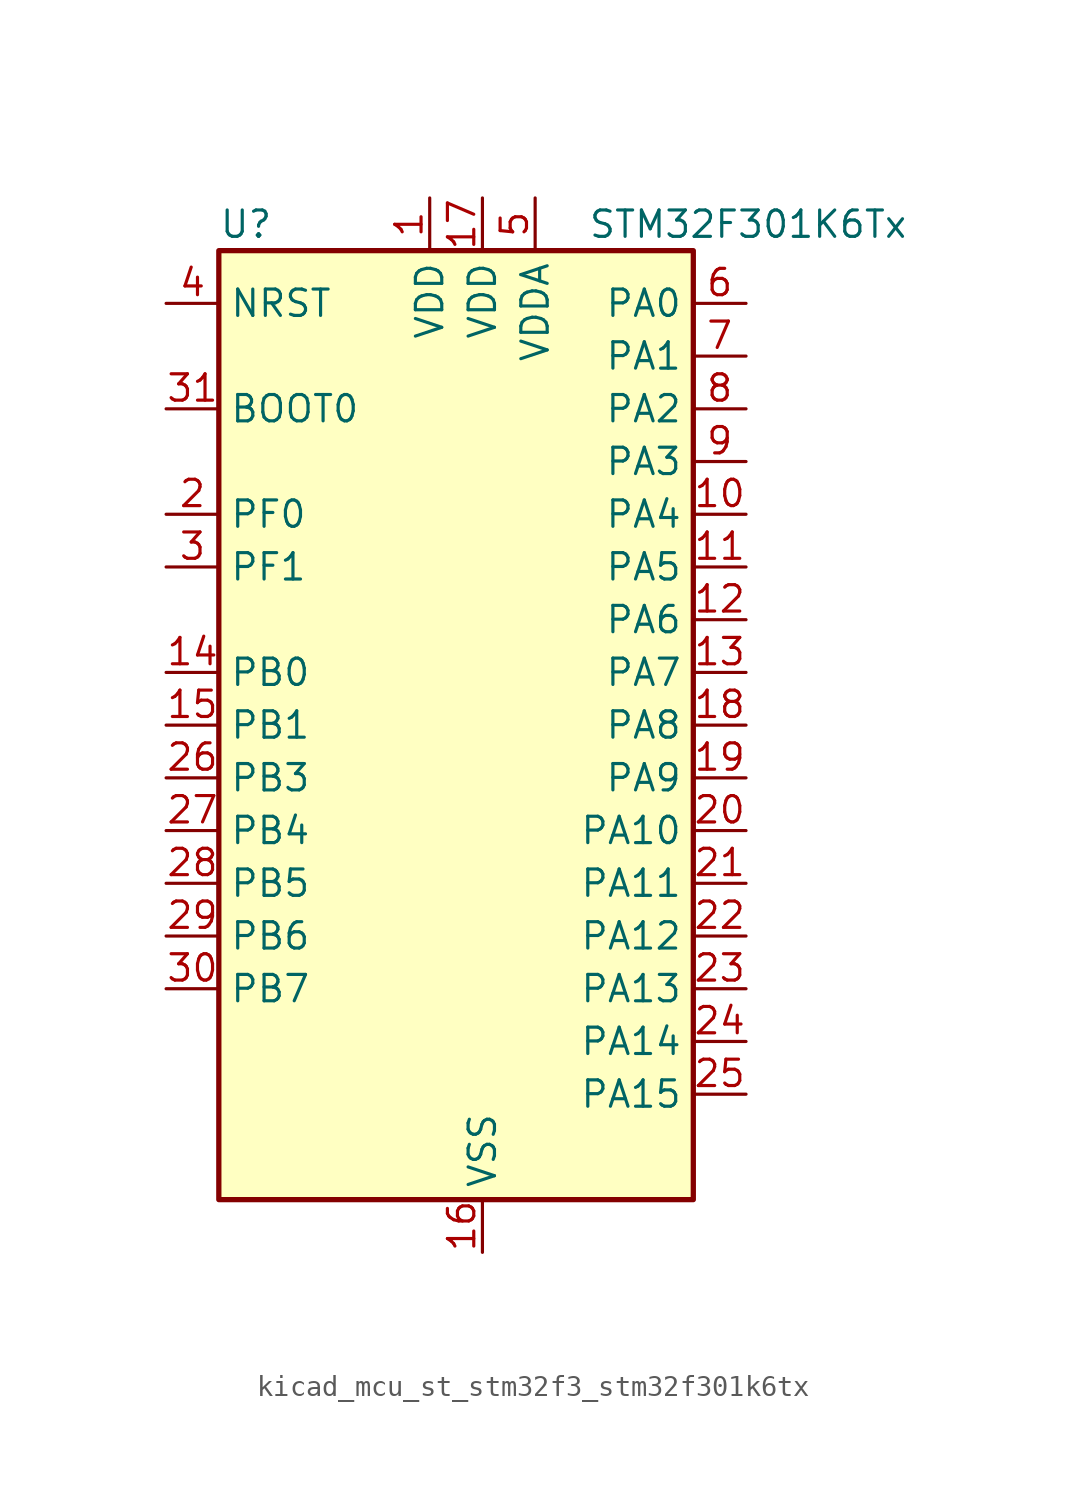
<source format=kicad_sym>
(kicad_symbol_lib
  (version 20220914)
  (generator kicad_symbol_editor)
  (symbol "kicad_mcu_st_stm32f3_stm32f301k6tx"
    (property "Reference" "U"
      (at -10.16 24.13 0)
      (effects (font (size 1.27 1.27)) (justify left)))
    (property "Value" "STM32F301K6Tx"
      (at 7.62 24.13 0)
      (effects (font (size 1.27 1.27)) (justify left)))
    (property "ki_locked" ""
      (at 0 0 0)
      (effects (font (size 1.27 1.27))))
    (symbol "kicad_mcu_st_stm32f3_stm32f301k6tx_0_1"
      (rectangle (start -10.16 -22.86) (end 12.7 22.86) (stroke (width 0.254) (type default)) (fill (type background))))
    (symbol "kicad_mcu_st_stm32f3_stm32f301k6tx_1_1"
      (pin power_in line (at 0 25.4 270) (length 2.54) (name "VDD" (effects (font (size 1.27 1.27)))) (number "1" (effects (font (size 1.27 1.27)))))
      (pin bidirectional line (at 15.24 10.16 180) (length 2.54) (name "PA4" (effects (font (size 1.27 1.27)))) (number "10" (effects (font (size 1.27 1.27)))) (alternate "ADC1_IN5" bidirectional line) (alternate "COMP2_INM" bidirectional line) (alternate "COMP4_INM" bidirectional line) (alternate "DAC_OUT1" bidirectional line) (alternate "I2S3_WS" bidirectional line) (alternate "SPI3_NSS" bidirectional line) (alternate "TSC_G2_IO1" bidirectional line) (alternate "USART2_CK" bidirectional line))
      (pin bidirectional line (at 15.24 7.62 180) (length 2.54) (name "PA5" (effects (font (size 1.27 1.27)))) (number "11" (effects (font (size 1.27 1.27)))) (alternate "OPAMP2_VINM" bidirectional line) (alternate "OPAMP2_VINM_SEC" bidirectional line) (alternate "TIM2_CH1" bidirectional line) (alternate "TIM2_ETR" bidirectional line) (alternate "TSC_G2_IO2" bidirectional line))
      (pin bidirectional line (at 15.24 5.08 180) (length 2.54) (name "PA6" (effects (font (size 1.27 1.27)))) (number "12" (effects (font (size 1.27 1.27)))) (alternate "ADC1_IN10" bidirectional line) (alternate "OPAMP2_VOUT" bidirectional line) (alternate "TIM16_CH1" bidirectional line) (alternate "TIM1_BKIN" bidirectional line) (alternate "TSC_G2_IO3" bidirectional line))
      (pin bidirectional line (at 15.24 2.54 180) (length 2.54) (name "PA7" (effects (font (size 1.27 1.27)))) (number "13" (effects (font (size 1.27 1.27)))) (alternate "ADC1_IN15" bidirectional line) (alternate "COMP2_INP" bidirectional line) (alternate "OPAMP2_VINP" bidirectional line) (alternate "OPAMP2_VINP_SEC" bidirectional line) (alternate "TIM17_CH1" bidirectional line) (alternate "TIM1_CH1N" bidirectional line) (alternate "TSC_G2_IO4" bidirectional line))
      (pin bidirectional line (at -12.7 2.54 0) (length 2.54) (name "PB0" (effects (font (size 1.27 1.27)))) (number "14" (effects (font (size 1.27 1.27)))) (alternate "ADC1_IN11" bidirectional line) (alternate "COMP4_INP" bidirectional line) (alternate "OPAMP2_VINP" bidirectional line) (alternate "OPAMP2_VINP_SEC" bidirectional line) (alternate "TIM1_CH2N" bidirectional line) (alternate "TSC_G3_IO2" bidirectional line))
      (pin bidirectional line (at -12.7 0 0) (length 2.54) (name "PB1" (effects (font (size 1.27 1.27)))) (number "15" (effects (font (size 1.27 1.27)))) (alternate "ADC1_IN12" bidirectional line) (alternate "COMP4_OUT" bidirectional line) (alternate "TIM1_CH3N" bidirectional line) (alternate "TSC_G3_IO3" bidirectional line))
      (pin power_in line (at 2.54 -25.4 90) (length 2.54) (name "VSS" (effects (font (size 1.27 1.27)))) (number "16" (effects (font (size 1.27 1.27)))))
      (pin power_in line (at 2.54 25.4 270) (length 2.54) (name "VDD" (effects (font (size 1.27 1.27)))) (number "17" (effects (font (size 1.27 1.27)))))
      (pin bidirectional line (at 15.24 0 180) (length 2.54) (name "PA8" (effects (font (size 1.27 1.27)))) (number "18" (effects (font (size 1.27 1.27)))) (alternate "I2C2_SMBA" bidirectional line) (alternate "I2C3_SCL" bidirectional line) (alternate "I2S2_MCK" bidirectional line) (alternate "RCC_MCO" bidirectional line) (alternate "TIM1_CH1" bidirectional line) (alternate "USART1_CK" bidirectional line))
      (pin bidirectional line (at 15.24 -2.54 180) (length 2.54) (name "PA9" (effects (font (size 1.27 1.27)))) (number "19" (effects (font (size 1.27 1.27)))) (alternate "DAC_EXTI9" bidirectional line) (alternate "I2C2_SCL" bidirectional line) (alternate "I2C3_SMBA" bidirectional line) (alternate "I2S3_MCK" bidirectional line) (alternate "TIM15_BKIN" bidirectional line) (alternate "TIM1_CH2" bidirectional line) (alternate "TIM2_CH3" bidirectional line) (alternate "TSC_G4_IO1" bidirectional line) (alternate "USART1_TX" bidirectional line))
      (pin bidirectional line (at -12.7 10.16 0) (length 2.54) (name "PF0" (effects (font (size 1.27 1.27)))) (number "2" (effects (font (size 1.27 1.27)))) (alternate "I2C2_SDA" bidirectional line) (alternate "I2S2_WS" bidirectional line) (alternate "RCC_OSC_IN" bidirectional line) (alternate "SPI2_NSS" bidirectional line) (alternate "TIM1_CH3N" bidirectional line))
      (pin bidirectional line (at 15.24 -5.08 180) (length 2.54) (name "PA10" (effects (font (size 1.27 1.27)))) (number "20" (effects (font (size 1.27 1.27)))) (alternate "I2C2_SDA" bidirectional line) (alternate "I2S2_ext_SD" bidirectional line) (alternate "SPI2_MISO" bidirectional line) (alternate "TIM17_BKIN" bidirectional line) (alternate "TIM1_CH3" bidirectional line) (alternate "TIM2_CH4" bidirectional line) (alternate "TSC_G4_IO2" bidirectional line) (alternate "USART1_RX" bidirectional line))
      (pin bidirectional line (at 15.24 -7.62 180) (length 2.54) (name "PA11" (effects (font (size 1.27 1.27)))) (number "21" (effects (font (size 1.27 1.27)))) (alternate "ADC1_EXTI11" bidirectional line) (alternate "I2S2_SD" bidirectional line) (alternate "SPI2_MOSI" bidirectional line) (alternate "TIM1_BKIN2" bidirectional line) (alternate "TIM1_CH1N" bidirectional line) (alternate "TIM1_CH4" bidirectional line) (alternate "USART1_CTS" bidirectional line))
      (pin bidirectional line (at 15.24 -10.16 180) (length 2.54) (name "PA12" (effects (font (size 1.27 1.27)))) (number "22" (effects (font (size 1.27 1.27)))) (alternate "COMP2_OUT" bidirectional line) (alternate "I2S_CKIN" bidirectional line) (alternate "TIM16_CH1" bidirectional line) (alternate "TIM1_CH2N" bidirectional line) (alternate "TIM1_ETR" bidirectional line) (alternate "USART1_DE" bidirectional line) (alternate "USART1_RTS" bidirectional line))
      (pin bidirectional line (at 15.24 -12.7 180) (length 2.54) (name "PA13" (effects (font (size 1.27 1.27)))) (number "23" (effects (font (size 1.27 1.27)))) (alternate "IR_OUT" bidirectional line) (alternate "SYS_JTMS-SWDIO" bidirectional line) (alternate "TIM16_CH1N" bidirectional line) (alternate "TSC_G4_IO3" bidirectional line))
      (pin bidirectional line (at 15.24 -15.24 180) (length 2.54) (name "PA14" (effects (font (size 1.27 1.27)))) (number "24" (effects (font (size 1.27 1.27)))) (alternate "I2C1_SDA" bidirectional line) (alternate "SYS_JTCK-SWCLK" bidirectional line) (alternate "TIM1_BKIN" bidirectional line) (alternate "TSC_G4_IO4" bidirectional line) (alternate "USART2_TX" bidirectional line))
      (pin bidirectional line (at 15.24 -17.78 180) (length 2.54) (name "PA15" (effects (font (size 1.27 1.27)))) (number "25" (effects (font (size 1.27 1.27)))) (alternate "ADC1_EXTI15" bidirectional line) (alternate "I2C1_SCL" bidirectional line) (alternate "I2S3_WS" bidirectional line) (alternate "SPI3_NSS" bidirectional line) (alternate "SYS_JTDI" bidirectional line) (alternate "TIM1_BKIN" bidirectional line) (alternate "TIM2_CH1" bidirectional line) (alternate "TIM2_ETR" bidirectional line) (alternate "TSC_SYNC" bidirectional line) (alternate "USART2_RX" bidirectional line))
      (pin bidirectional line (at -12.7 -2.54 0) (length 2.54) (name "PB3" (effects (font (size 1.27 1.27)))) (number "26" (effects (font (size 1.27 1.27)))) (alternate "I2S3_CK" bidirectional line) (alternate "SPI3_SCK" bidirectional line) (alternate "SYS_JTDO-TRACESWO" bidirectional line) (alternate "TIM2_CH2" bidirectional line) (alternate "TSC_G5_IO1" bidirectional line) (alternate "USART2_TX" bidirectional line))
      (pin bidirectional line (at -12.7 -5.08 0) (length 2.54) (name "PB4" (effects (font (size 1.27 1.27)))) (number "27" (effects (font (size 1.27 1.27)))) (alternate "I2S3_ext_SD" bidirectional line) (alternate "SPI3_MISO" bidirectional line) (alternate "SYS_NJTRST" bidirectional line) (alternate "TIM16_CH1" bidirectional line) (alternate "TIM17_BKIN" bidirectional line) (alternate "TSC_G5_IO2" bidirectional line) (alternate "USART2_RX" bidirectional line))
      (pin bidirectional line (at -12.7 -7.62 0) (length 2.54) (name "PB5" (effects (font (size 1.27 1.27)))) (number "28" (effects (font (size 1.27 1.27)))) (alternate "I2C1_SMBA" bidirectional line) (alternate "I2C3_SDA" bidirectional line) (alternate "I2S3_SD" bidirectional line) (alternate "SPI3_MOSI" bidirectional line) (alternate "TIM16_BKIN" bidirectional line) (alternate "TIM17_CH1" bidirectional line) (alternate "USART2_CK" bidirectional line))
      (pin bidirectional line (at -12.7 -10.16 0) (length 2.54) (name "PB6" (effects (font (size 1.27 1.27)))) (number "29" (effects (font (size 1.27 1.27)))) (alternate "I2C1_SCL" bidirectional line) (alternate "TIM16_CH1N" bidirectional line) (alternate "TSC_G5_IO3" bidirectional line) (alternate "USART1_TX" bidirectional line))
      (pin bidirectional line (at -12.7 7.62 0) (length 2.54) (name "PF1" (effects (font (size 1.27 1.27)))) (number "3" (effects (font (size 1.27 1.27)))) (alternate "I2C2_SCL" bidirectional line) (alternate "I2S2_CK" bidirectional line) (alternate "RCC_OSC_OUT" bidirectional line) (alternate "SPI2_SCK" bidirectional line))
      (pin bidirectional line (at -12.7 -12.7 0) (length 2.54) (name "PB7" (effects (font (size 1.27 1.27)))) (number "30" (effects (font (size 1.27 1.27)))) (alternate "I2C1_SDA" bidirectional line) (alternate "TIM17_CH1N" bidirectional line) (alternate "TSC_G5_IO4" bidirectional line) (alternate "USART1_RX" bidirectional line))
      (pin input line (at -12.7 15.24 0) (length 2.54) (name "BOOT0" (effects (font (size 1.27 1.27)))) (number "31" (effects (font (size 1.27 1.27)))))
      (pin passive line (at 2.54 -25.4 90) (length 2.54) hide (name "VSS" (effects (font (size 1.27 1.27)))) (number "32" (effects (font (size 1.27 1.27)))))
      (pin input line (at -12.7 20.32 0) (length 2.54) (name "NRST" (effects (font (size 1.27 1.27)))) (number "4" (effects (font (size 1.27 1.27)))))
      (pin power_in line (at 5.08 25.4 270) (length 2.54) (name "VDDA" (effects (font (size 1.27 1.27)))) (number "5" (effects (font (size 1.27 1.27)))))
      (pin bidirectional line (at 15.24 20.32 180) (length 2.54) (name "PA0" (effects (font (size 1.27 1.27)))) (number "6" (effects (font (size 1.27 1.27)))) (alternate "ADC1_IN1" bidirectional line) (alternate "RTC_TAMP2" bidirectional line) (alternate "SYS_WKUP1" bidirectional line) (alternate "TIM2_CH1" bidirectional line) (alternate "TIM2_ETR" bidirectional line) (alternate "TSC_G1_IO1" bidirectional line) (alternate "USART2_CTS" bidirectional line))
      (pin bidirectional line (at 15.24 17.78 180) (length 2.54) (name "PA1" (effects (font (size 1.27 1.27)))) (number "7" (effects (font (size 1.27 1.27)))) (alternate "ADC1_IN2" bidirectional line) (alternate "RTC_REFIN" bidirectional line) (alternate "TIM15_CH1N" bidirectional line) (alternate "TIM2_CH2" bidirectional line) (alternate "TSC_G1_IO2" bidirectional line) (alternate "USART2_DE" bidirectional line) (alternate "USART2_RTS" bidirectional line))
      (pin bidirectional line (at 15.24 15.24 180) (length 2.54) (name "PA2" (effects (font (size 1.27 1.27)))) (number "8" (effects (font (size 1.27 1.27)))) (alternate "ADC1_IN3" bidirectional line) (alternate "COMP2_INM" bidirectional line) (alternate "COMP2_OUT" bidirectional line) (alternate "TIM15_CH1" bidirectional line) (alternate "TIM2_CH3" bidirectional line) (alternate "TSC_G1_IO3" bidirectional line) (alternate "USART2_TX" bidirectional line))
      (pin bidirectional line (at 15.24 12.7 180) (length 2.54) (name "PA3" (effects (font (size 1.27 1.27)))) (number "9" (effects (font (size 1.27 1.27)))) (alternate "ADC1_IN4" bidirectional line) (alternate "TIM15_CH2" bidirectional line) (alternate "TIM2_CH4" bidirectional line) (alternate "TSC_G1_IO4" bidirectional line) (alternate "USART2_RX" bidirectional line)))))
</source>
